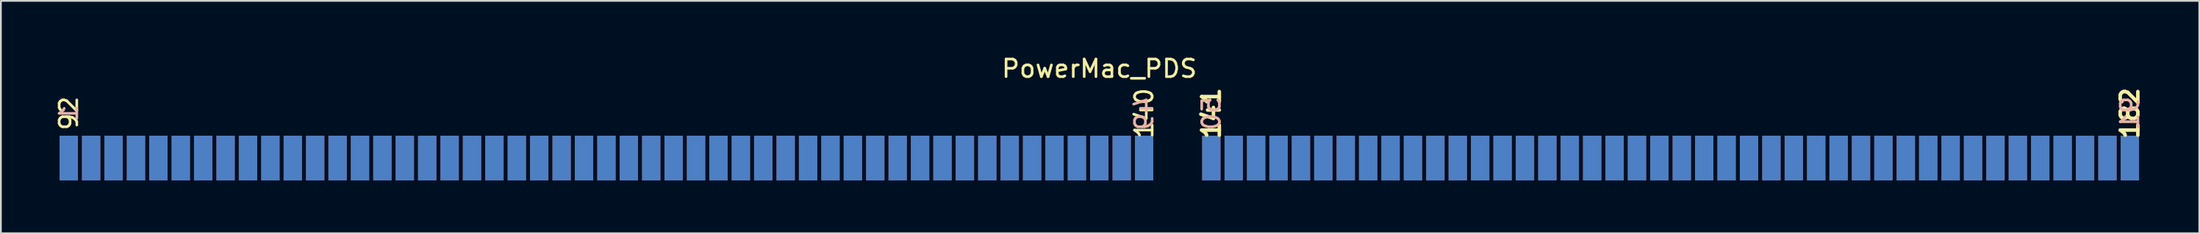
<source format=kicad_pcb>
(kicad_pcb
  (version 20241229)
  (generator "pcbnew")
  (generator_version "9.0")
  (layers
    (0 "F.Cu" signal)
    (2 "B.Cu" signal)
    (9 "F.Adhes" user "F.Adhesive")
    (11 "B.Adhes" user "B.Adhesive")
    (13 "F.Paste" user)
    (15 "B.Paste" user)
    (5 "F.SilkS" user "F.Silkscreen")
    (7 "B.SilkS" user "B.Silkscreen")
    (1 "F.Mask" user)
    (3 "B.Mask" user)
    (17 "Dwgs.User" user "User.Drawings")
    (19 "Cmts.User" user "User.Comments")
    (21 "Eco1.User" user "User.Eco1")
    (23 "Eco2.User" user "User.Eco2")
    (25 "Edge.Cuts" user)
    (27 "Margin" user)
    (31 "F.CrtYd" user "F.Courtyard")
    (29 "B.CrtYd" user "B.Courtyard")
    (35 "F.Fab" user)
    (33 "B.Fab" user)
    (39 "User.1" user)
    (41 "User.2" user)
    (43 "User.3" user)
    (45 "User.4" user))
  (footprint "PowerMac_PDS"
    (layer "F.Cu")
    (at 59.268 5.928)
    (property "Reference" "PowerMac_PDS" (at 0 -5.08 0) (layer "F.SilkS") (effects (font (size 1 1) (thickness 0.15))))
    (attr through_hole)
    (fp_text user "140" (at 2.54 -2.54 90) (layer "F.SilkS") (effects (font (size 1 1) (thickness 0.15))))
    (fp_text user "182" (at 58.42 -2.54 90) (layer "F.SilkS") (effects (font (size 1 1) (thickness 0.2))))
    (fp_text user "141" (at 6.35 -2.54 90) (layer "F.SilkS") (effects (font (size 1 1) (thickness 0.2))))
    (fp_text user "92" (at -58.42 -2.54 90) (layer "F.SilkS") (effects (font (size 1 1) (thickness 0.15))))
    (fp_text user "50" (at 6.35 -2.54 90) (layer "B.SilkS") (effects (font (size 1 1) (thickness 0.15)) (justify mirror)))
    (fp_text user "1" (at -58.42 -2.54 90) (layer "B.SilkS") (effects (font (size 1 1) (thickness 0.15)) (justify mirror)))
    (fp_text user "91" (at 58.42 -2.54 90) (layer "B.SilkS") (effects (font (size 1 1) (thickness 0.15)) (justify mirror)))
    (fp_text user "49" (at 2.54 -2.54 90) (layer "B.SilkS") (effects (font (size 1 1) (thickness 0.15)) (justify mirror)))
    (pad "1" connect rect (at -58.42 0) (size 1.04 2.54) (layers "B.Cu" "B.Mask"))
    (pad "2" connect rect (at -57.15 0) (size 1.04 2.54) (layers "B.Cu" "B.Mask"))
    (pad "3" connect rect (at -55.88 0) (size 1.04 2.54) (layers "B.Cu" "B.Mask"))
    (pad "4" connect rect (at -54.61 0) (size 1.04 2.54) (layers "B.Cu" "B.Mask"))
    (pad "5" connect rect (at -53.34 0) (size 1.04 2.54) (layers "B.Cu" "B.Mask"))
    (pad "6" connect rect (at -52.07 0) (size 1.04 2.54) (layers "B.Cu" "B.Mask"))
    (pad "7" connect rect (at -50.8 0) (size 1.04 2.54) (layers "B.Cu" "B.Mask"))
    (pad "8" connect rect (at -49.53 0) (size 1.04 2.54) (layers "B.Cu" "B.Mask"))
    (pad "9" connect rect (at -48.26 0) (size 1.04 2.54) (layers "B.Cu" "B.Mask"))
    (pad "10" connect rect (at -46.99 0) (size 1.04 2.54) (layers "B.Cu" "B.Mask"))
    (pad "11" connect rect (at -45.72 0) (size 1.04 2.54) (layers "B.Cu" "B.Mask"))
    (pad "12" connect rect (at -44.45 0) (size 1.04 2.54) (layers "B.Cu" "B.Mask"))
    (pad "13" connect rect (at -43.18 0) (size 1.04 2.54) (layers "B.Cu" "B.Mask"))
    (pad "14" connect rect (at -41.91 0) (size 1.04 2.54) (layers "B.Cu" "B.Mask"))
    (pad "15" connect rect (at -40.64 0) (size 1.04 2.54) (layers "B.Cu" "B.Mask"))
    (pad "16" connect rect (at -39.37 0) (size 1.04 2.54) (layers "B.Cu" "B.Mask"))
    (pad "17" connect rect (at -38.1 0) (size 1.04 2.54) (layers "B.Cu" "B.Mask"))
    (pad "18" connect rect (at -36.83 0) (size 1.04 2.54) (layers "B.Cu" "B.Mask"))
    (pad "19" connect rect (at -35.56 0) (size 1.04 2.54) (layers "B.Cu" "B.Mask"))
    (pad "20" connect rect (at -34.29 0) (size 1.04 2.54) (layers "B.Cu" "B.Mask"))
    (pad "21" connect rect (at -33.02 0) (size 1.04 2.54) (layers "B.Cu" "B.Mask"))
    (pad "22" connect rect (at -31.75 0) (size 1.04 2.54) (layers "B.Cu" "B.Mask"))
    (pad "23" connect rect (at -30.48 0) (size 1.04 2.54) (layers "B.Cu" "B.Mask"))
    (pad "24" connect rect (at -29.21 0) (size 1.04 2.54) (layers "B.Cu" "B.Mask"))
    (pad "25" connect rect (at -27.94 0) (size 1.04 2.54) (layers "B.Cu" "B.Mask"))
    (pad "26" connect rect (at -26.67 0) (size 1.04 2.54) (layers "B.Cu" "B.Mask"))
    (pad "27" connect rect (at -25.4 0) (size 1.04 2.54) (layers "B.Cu" "B.Mask"))
    (pad "28" connect rect (at -24.13 0) (size 1.04 2.54) (layers "B.Cu" "B.Mask"))
    (pad "29" connect rect (at -22.86 0) (size 1.04 2.54) (layers "B.Cu" "B.Mask"))
    (pad "30" connect rect (at -21.59 0) (size 1.04 2.54) (layers "B.Cu" "B.Mask"))
    (pad "31" connect rect (at -20.32 0) (size 1.04 2.54) (layers "B.Cu" "B.Mask"))
    (pad "32" connect rect (at -19.05 0) (size 1.04 2.54) (layers "B.Cu" "B.Mask"))
    (pad "33" connect rect (at -17.78 0) (size 1.04 2.54) (layers "B.Cu" "B.Mask"))
    (pad "34" connect rect (at -16.51 0) (size 1.04 2.54) (layers "B.Cu" "B.Mask"))
    (pad "35" connect rect (at -15.24 0) (size 1.04 2.54) (layers "B.Cu" "B.Mask"))
    (pad "36" connect rect (at -13.97 0) (size 1.04 2.54) (layers "B.Cu" "B.Mask"))
    (pad "37" connect rect (at -12.7 0) (size 1.04 2.54) (layers "B.Cu" "B.Mask"))
    (pad "38" connect rect (at -11.43 0) (size 1.04 2.54) (layers "B.Cu" "B.Mask"))
    (pad "39" connect rect (at -10.16 0) (size 1.04 2.54) (layers "B.Cu" "B.Mask"))
    (pad "40" connect rect (at -8.89 0) (size 1.04 2.54) (layers "B.Cu" "B.Mask"))
    (pad "41" connect rect (at -7.62 0) (size 1.04 2.54) (layers "B.Cu" "B.Mask"))
    (pad "42" connect rect (at -6.35 0) (size 1.04 2.54) (layers "B.Cu" "B.Mask"))
    (pad "43" connect rect (at -5.08 0) (size 1.04 2.54) (layers "B.Cu" "B.Mask"))
    (pad "44" connect rect (at -3.81 0) (size 1.04 2.54) (layers "B.Cu" "B.Mask"))
    (pad "45" connect rect (at -2.54 0) (size 1.04 2.54) (layers "B.Cu" "B.Mask"))
    (pad "46" connect rect (at -1.27 0) (size 1.04 2.54) (layers "B.Cu" "B.Mask"))
    (pad "47" connect rect (at 0 0) (size 1.04 2.54) (layers "B.Cu" "B.Mask"))
    (pad "48" connect rect (at 1.27 0) (size 1.04 2.54) (layers "B.Cu" "B.Mask"))
    (pad "49" connect rect (at 2.54 0) (size 1.04 2.54) (layers "B.Cu" "B.Mask"))
    (pad "50" connect rect (at 6.35 0) (size 1.04 2.54) (layers "B.Cu" "B.Mask"))
    (pad "51" connect rect (at 7.62 0) (size 1.04 2.54) (layers "B.Cu" "B.Mask"))
    (pad "52" connect rect (at 8.89 0) (size 1.04 2.54) (layers "B.Cu" "B.Mask"))
    (pad "53" connect rect (at 10.16 0) (size 1.04 2.54) (layers "B.Cu" "B.Mask"))
    (pad "54" connect rect (at 11.43 0) (size 1.04 2.54) (layers "B.Cu" "B.Mask"))
    (pad "55" connect rect (at 12.7 0) (size 1.04 2.54) (layers "B.Cu" "B.Mask"))
    (pad "56" connect rect (at 13.97 0) (size 1.04 2.54) (layers "B.Cu" "B.Mask"))
    (pad "57" connect rect (at 15.24 0) (size 1.04 2.54) (layers "B.Cu" "B.Mask"))
    (pad "58" connect rect (at 16.51 0) (size 1.04 2.54) (layers "B.Cu" "B.Mask"))
    (pad "59" connect rect (at 17.78 0) (size 1.04 2.54) (layers "B.Cu" "B.Mask"))
    (pad "60" connect rect (at 19.05 0) (size 1.04 2.54) (layers "B.Cu" "B.Mask"))
    (pad "61" connect rect (at 20.32 0) (size 1.04 2.54) (layers "B.Cu" "B.Mask"))
    (pad "62" connect rect (at 21.59 0) (size 1.04 2.54) (layers "B.Cu" "B.Mask"))
    (pad "63" connect rect (at 22.86 0) (size 1.04 2.54) (layers "B.Cu" "B.Mask"))
    (pad "64" connect rect (at 24.13 0) (size 1.04 2.54) (layers "B.Cu" "B.Mask"))
    (pad "65" connect rect (at 25.4 0) (size 1.04 2.54) (layers "B.Cu" "B.Mask"))
    (pad "66" connect rect (at 26.67 0) (size 1.04 2.54) (layers "B.Cu" "B.Mask"))
    (pad "67" connect rect (at 27.94 0) (size 1.04 2.54) (layers "B.Cu" "B.Mask"))
    (pad "68" connect rect (at 29.21 0) (size 1.04 2.54) (layers "B.Cu" "B.Mask"))
    (pad "69" connect rect (at 30.48 0) (size 1.04 2.54) (layers "B.Cu" "B.Mask"))
    (pad "70" connect rect (at 31.75 0) (size 1.04 2.54) (layers "B.Cu" "B.Mask"))
    (pad "71" connect rect (at 33.02 0) (size 1.04 2.54) (layers "B.Cu" "B.Mask"))
    (pad "72" connect rect (at 34.29 0) (size 1.04 2.54) (layers "B.Cu" "B.Mask"))
    (pad "73" connect rect (at 35.56 0) (size 1.04 2.54) (layers "B.Cu" "B.Mask"))
    (pad "74" connect rect (at 36.83 0) (size 1.04 2.54) (layers "B.Cu" "B.Mask"))
    (pad "75" connect rect (at 38.1 0) (size 1.04 2.54) (layers "B.Cu" "B.Mask"))
    (pad "76" connect rect (at 39.37 0) (size 1.04 2.54) (layers "B.Cu" "B.Mask"))
    (pad "77" connect rect (at 40.64 0) (size 1.04 2.54) (layers "B.Cu" "B.Mask"))
    (pad "78" connect rect (at 41.91 0) (size 1.04 2.54) (layers "B.Cu" "B.Mask"))
    (pad "79" connect rect (at 43.18 0) (size 1.04 2.54) (layers "B.Cu" "B.Mask"))
    (pad "80" connect rect (at 44.45 0) (size 1.04 2.54) (layers "B.Cu" "B.Mask"))
    (pad "81" connect rect (at 45.72 0) (size 1.04 2.54) (layers "B.Cu" "B.Mask"))
    (pad "82" connect rect (at 46.99 0) (size 1.04 2.54) (layers "B.Cu" "B.Mask"))
    (pad "83" connect rect (at 48.26 0) (size 1.04 2.54) (layers "B.Cu" "B.Mask"))
    (pad "84" connect rect (at 49.53 0) (size 1.04 2.54) (layers "B.Cu" "B.Mask"))
    (pad "85" connect rect (at 50.8 0) (size 1.04 2.54) (layers "B.Cu" "B.Mask"))
    (pad "86" connect rect (at 52.07 0) (size 1.04 2.54) (layers "B.Cu" "B.Mask"))
    (pad "87" connect rect (at 53.34 0) (size 1.04 2.54) (layers "B.Cu" "B.Mask"))
    (pad "88" connect rect (at 54.61 0) (size 1.04 2.54) (layers "B.Cu" "B.Mask"))
    (pad "89" connect rect (at 55.88 0) (size 1.04 2.54) (layers "B.Cu" "B.Mask"))
    (pad "90" connect rect (at 57.15 0) (size 1.04 2.54) (layers "B.Cu" "B.Mask"))
    (pad "91" connect rect (at 58.42 0) (size 1.04 2.54) (layers "B.Cu" "B.Mask"))
    (pad "92" connect rect (at -58.42 0) (size 1.04 2.54) (layers "F.Cu" "F.Mask"))
    (pad "93" connect rect (at -57.15 0) (size 1.04 2.54) (layers "F.Cu" "F.Mask"))
    (pad "94" connect rect (at -55.88 0) (size 1.04 2.54) (layers "F.Cu" "F.Mask"))
    (pad "95" connect rect (at -54.61 0) (size 1.04 2.54) (layers "F.Cu" "F.Mask"))
    (pad "96" connect rect (at -53.34 0) (size 1.04 2.54) (layers "F.Cu" "F.Mask"))
    (pad "97" connect rect (at -52.07 0) (size 1.04 2.54) (layers "F.Cu" "F.Mask"))
    (pad "98" connect rect (at -50.8 0) (size 1.04 2.54) (layers "F.Cu" "F.Mask"))
    (pad "99" connect rect (at -49.53 0) (size 1.04 2.54) (layers "F.Cu" "F.Mask"))
    (pad "100" connect rect (at -48.26 0) (size 1.04 2.54) (layers "F.Cu" "F.Mask"))
    (pad "101" connect rect (at -46.99 0) (size 1.04 2.54) (layers "F.Cu" "F.Mask"))
    (pad "102" connect rect (at -45.72 0) (size 1.04 2.54) (layers "F.Cu" "F.Mask"))
    (pad "103" connect rect (at -44.45 0) (size 1.04 2.54) (layers "F.Cu" "F.Mask"))
    (pad "104" connect rect (at -43.18 0) (size 1.04 2.54) (layers "F.Cu" "F.Mask"))
    (pad "105" connect rect (at -41.91 0) (size 1.04 2.54) (layers "F.Cu" "F.Mask"))
    (pad "106" connect rect (at -40.64 0) (size 1.04 2.54) (layers "F.Cu" "F.Mask"))
    (pad "107" connect rect (at -39.37 0) (size 1.04 2.54) (layers "F.Cu" "F.Mask"))
    (pad "108" connect rect (at -38.1 0) (size 1.04 2.54) (layers "F.Cu" "F.Mask"))
    (pad "109" connect rect (at -36.83 0) (size 1.04 2.54) (layers "F.Cu" "F.Mask"))
    (pad "110" connect rect (at -35.56 0) (size 1.04 2.54) (layers "F.Cu" "F.Mask"))
    (pad "111" connect rect (at -34.29 0) (size 1.04 2.54) (layers "F.Cu" "F.Mask"))
    (pad "112" connect rect (at -33.02 0) (size 1.04 2.54) (layers "F.Cu" "F.Mask"))
    (pad "113" connect rect (at -31.75 0) (size 1.04 2.54) (layers "F.Cu" "F.Mask"))
    (pad "114" connect rect (at -30.48 0) (size 1.04 2.54) (layers "F.Cu" "F.Mask"))
    (pad "115" connect rect (at -29.21 0) (size 1.04 2.54) (layers "F.Cu" "F.Mask"))
    (pad "116" connect rect (at -27.94 0) (size 1.04 2.54) (layers "F.Cu" "F.Mask"))
    (pad "117" connect rect (at -26.67 0) (size 1.04 2.54) (layers "F.Cu" "F.Mask"))
    (pad "118" connect rect (at -25.4 0) (size 1.04 2.54) (layers "F.Cu" "F.Mask"))
    (pad "119" connect rect (at -24.13 0) (size 1.04 2.54) (layers "F.Cu" "F.Mask"))
    (pad "120" connect rect (at -22.86 0) (size 1.04 2.54) (layers "F.Cu" "F.Mask"))
    (pad "121" connect rect (at -21.59 0) (size 1.04 2.54) (layers "F.Cu" "F.Mask"))
    (pad "122" connect rect (at -20.32 0) (size 1.04 2.54) (layers "F.Cu" "F.Mask"))
    (pad "123" connect rect (at -19.05 0) (size 1.04 2.54) (layers "F.Cu" "F.Mask"))
    (pad "124" connect rect (at -17.78 0) (size 1.04 2.54) (layers "F.Cu" "F.Mask"))
    (pad "125" connect rect (at -16.51 0) (size 1.04 2.54) (layers "F.Cu" "F.Mask"))
    (pad "126" connect rect (at -15.24 0) (size 1.04 2.54) (layers "F.Cu" "F.Mask"))
    (pad "127" connect rect (at -13.97 0) (size 1.04 2.54) (layers "F.Cu" "F.Mask"))
    (pad "128" connect rect (at -12.7 0) (size 1.04 2.54) (layers "F.Cu" "F.Mask"))
    (pad "129" connect rect (at -11.43 0) (size 1.04 2.54) (layers "F.Cu" "F.Mask"))
    (pad "130" connect rect (at -10.16 0) (size 1.04 2.54) (layers "F.Cu" "F.Mask"))
    (pad "131" connect rect (at -8.89 0) (size 1.04 2.54) (layers "F.Cu" "F.Mask"))
    (pad "132" connect rect (at -7.62 0) (size 1.04 2.54) (layers "F.Cu" "F.Mask"))
    (pad "133" connect rect (at -6.35 0) (size 1.04 2.54) (layers "F.Cu" "F.Mask"))
    (pad "134" connect rect (at -5.08 0) (size 1.04 2.54) (layers "F.Cu" "F.Mask"))
    (pad "135" connect rect (at -3.81 0) (size 1.04 2.54) (layers "F.Cu" "F.Mask"))
    (pad "136" connect rect (at -2.54 0) (size 1.04 2.54) (layers "F.Cu" "F.Mask"))
    (pad "137" connect rect (at -1.27 0) (size 1.04 2.54) (layers "F.Cu" "F.Mask"))
    (pad "138" connect rect (at 0 0) (size 1.04 2.54) (layers "F.Cu" "F.Mask"))
    (pad "139" connect rect (at 1.27 0) (size 1.04 2.54) (layers "F.Cu" "F.Mask"))
    (pad "140" connect rect (at 2.54 0) (size 1.04 2.54) (layers "F.Cu" "F.Mask"))
    (pad "141" connect rect (at 6.35 0) (size 1.04 2.54) (layers "F.Cu" "F.Mask"))
    (pad "142" connect rect (at 7.62 0) (size 1.04 2.54) (layers "F.Cu" "F.Mask"))
    (pad "143" connect rect (at 8.89 0) (size 1.04 2.54) (layers "F.Cu" "F.Mask"))
    (pad "144" connect rect (at 10.16 0) (size 1.04 2.54) (layers "F.Cu" "F.Mask"))
    (pad "145" connect rect (at 11.43 0) (size 1.04 2.54) (layers "F.Cu" "F.Mask"))
    (pad "146" connect rect (at 12.7 0) (size 1.04 2.54) (layers "F.Cu" "F.Mask"))
    (pad "147" connect rect (at 13.97 0) (size 1.04 2.54) (layers "F.Cu" "F.Mask"))
    (pad "148" connect rect (at 15.24 0) (size 1.04 2.54) (layers "F.Cu" "F.Mask"))
    (pad "149" connect rect (at 16.51 0) (size 1.04 2.54) (layers "F.Cu" "F.Mask"))
    (pad "150" connect rect (at 17.78 0) (size 1.04 2.54) (layers "F.Cu" "F.Mask"))
    (pad "151" connect rect (at 19.05 0) (size 1.04 2.54) (layers "F.Cu" "F.Mask"))
    (pad "152" connect rect (at 20.32 0) (size 1.04 2.54) (layers "F.Cu" "F.Mask"))
    (pad "153" connect rect (at 21.59 0) (size 1.04 2.54) (layers "F.Cu" "F.Mask"))
    (pad "154" connect rect (at 22.86 0) (size 1.04 2.54) (layers "F.Cu" "F.Mask"))
    (pad "155" connect rect (at 24.13 0) (size 1.04 2.54) (layers "F.Cu" "F.Mask"))
    (pad "156" connect rect (at 25.4 0) (size 1.04 2.54) (layers "F.Cu" "F.Mask"))
    (pad "157" connect rect (at 26.67 0) (size 1.04 2.54) (layers "F.Cu" "F.Mask"))
    (pad "158" connect rect (at 27.94 0) (size 1.04 2.54) (layers "F.Cu" "F.Mask"))
    (pad "159" connect rect (at 29.21 0) (size 1.04 2.54) (layers "F.Cu" "F.Mask"))
    (pad "160" connect rect (at 30.48 0) (size 1.04 2.54) (layers "F.Cu" "F.Mask"))
    (pad "161" connect rect (at 31.75 0) (size 1.04 2.54) (layers "F.Cu" "F.Mask"))
    (pad "162" connect rect (at 33.02 0) (size 1.04 2.54) (layers "F.Cu" "F.Mask"))
    (pad "163" connect rect (at 34.29 0) (size 1.04 2.54) (layers "F.Cu" "F.Mask"))
    (pad "164" connect rect (at 35.56 0) (size 1.04 2.54) (layers "F.Cu" "F.Mask"))
    (pad "165" connect rect (at 36.83 0) (size 1.04 2.54) (layers "F.Cu" "F.Mask"))
    (pad "166" connect rect (at 38.1 0) (size 1.04 2.54) (layers "F.Cu" "F.Mask"))
    (pad "167" connect rect (at 39.37 0) (size 1.04 2.54) (layers "F.Cu" "F.Mask"))
    (pad "168" connect rect (at 40.64 0) (size 1.04 2.54) (layers "F.Cu" "F.Mask"))
    (pad "169" connect rect (at 41.91 0) (size 1.04 2.54) (layers "F.Cu" "F.Mask"))
    (pad "170" connect rect (at 43.18 0) (size 1.04 2.54) (layers "F.Cu" "F.Mask"))
    (pad "171" connect rect (at 44.45 0) (size 1.04 2.54) (layers "F.Cu" "F.Mask"))
    (pad "172" connect rect (at 45.72 0) (size 1.04 2.54) (layers "F.Cu" "F.Mask"))
    (pad "173" connect rect (at 46.99 0) (size 1.04 2.54) (layers "F.Cu" "F.Mask"))
    (pad "174" connect rect (at 48.26 0) (size 1.04 2.54) (layers "F.Cu" "F.Mask"))
    (pad "175" connect rect (at 49.53 0) (size 1.04 2.54) (layers "F.Cu" "F.Mask"))
    (pad "176" connect rect (at 50.8 0) (size 1.04 2.54) (layers "F.Cu" "F.Mask"))
    (pad "177" connect rect (at 52.07 0) (size 1.04 2.54) (layers "F.Cu" "F.Mask"))
    (pad "178" connect rect (at 53.34 0) (size 1.04 2.54) (layers "F.Cu" "F.Mask"))
    (pad "179" connect rect (at 54.61 0) (size 1.04 2.54) (layers "F.Cu" "F.Mask"))
    (pad "180" connect rect (at 55.88 0) (size 1.04 2.54) (layers "F.Cu" "F.Mask"))
    (pad "181" connect rect (at 57.15 0) (size 1.04 2.54) (layers "F.Cu" "F.Mask"))
    (pad "182" connect rect (at 58.42 0) (size 1.04 2.54) (layers "F.Cu" "F.Mask")))
  (gr_rect
    (start -3 -3)
    (end 121.624 10.198)
    (stroke (width 0.1) (type default))
    (fill no)
    (layer "Edge.Cuts")))
</source>
